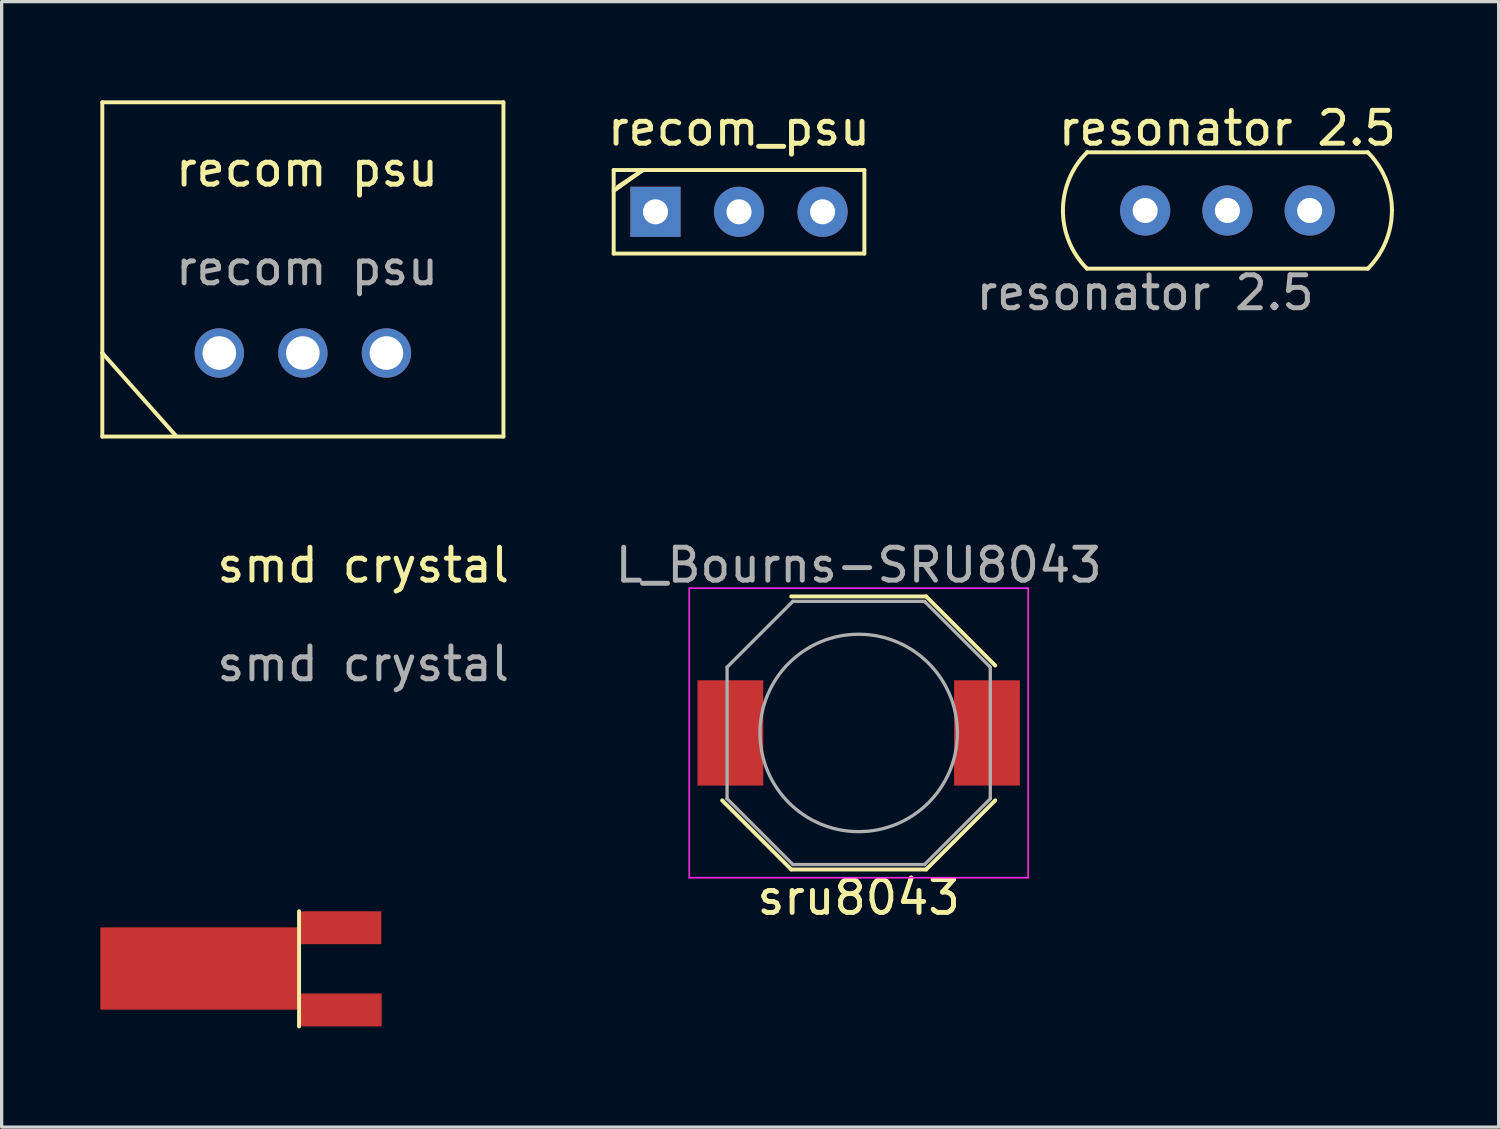
<source format=kicad_pcb>
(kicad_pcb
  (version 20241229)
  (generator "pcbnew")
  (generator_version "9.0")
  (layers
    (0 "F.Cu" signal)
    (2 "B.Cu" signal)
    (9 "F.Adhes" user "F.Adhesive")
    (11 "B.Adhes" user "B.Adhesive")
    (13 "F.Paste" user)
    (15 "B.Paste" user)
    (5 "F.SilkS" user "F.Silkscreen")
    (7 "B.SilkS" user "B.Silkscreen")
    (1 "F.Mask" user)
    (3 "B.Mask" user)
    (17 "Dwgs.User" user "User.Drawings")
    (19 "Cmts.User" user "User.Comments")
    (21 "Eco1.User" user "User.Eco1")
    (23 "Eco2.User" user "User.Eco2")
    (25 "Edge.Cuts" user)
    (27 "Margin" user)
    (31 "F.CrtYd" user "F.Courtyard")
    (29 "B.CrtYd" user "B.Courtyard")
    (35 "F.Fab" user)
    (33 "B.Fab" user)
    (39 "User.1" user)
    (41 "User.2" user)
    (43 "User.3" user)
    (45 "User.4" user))
  (footprint "sru8043"
    (layer "F.Cu")
    (at 23.05 19.228)
    (property "Reference" "sru8043" (at 0 5 0) (layer "F.SilkS") (effects (font (size 1 1) (thickness 0.15))))
    (fp_line (start -2.05 -4.15) (end 2.05 -4.15) (stroke (width 0.12) (type solid)) (layer "F.SilkS"))
    (fp_line (start -2.05 4.15) (end -4.15 2.05) (stroke (width 0.12) (type solid)) (layer "F.SilkS"))
    (fp_line (start 2.05 -4.15) (end 4.15 -2.05) (stroke (width 0.12) (type solid)) (layer "F.SilkS"))
    (fp_line (start 2.05 4.15) (end -2.05 4.15) (stroke (width 0.12) (type solid)) (layer "F.SilkS"))
    (fp_line (start 2.05 4.15) (end 4.15 2.05) (stroke (width 0.12) (type solid)) (layer "F.SilkS"))
    (fp_line (start -5.15 -4.4) (end 5.15 -4.4) (stroke (width 0.05) (type solid)) (layer "F.CrtYd"))
    (fp_line (start -5.15 4.4) (end -5.15 -4.4) (stroke (width 0.05) (type solid)) (layer "F.CrtYd"))
    (fp_line (start 5.15 -4.4) (end 5.15 4.4) (stroke (width 0.05) (type solid)) (layer "F.CrtYd"))
    (fp_line (start 5.15 4.4) (end -5.15 4.4) (stroke (width 0.05) (type solid)) (layer "F.CrtYd"))
    (fp_line (start -4 -2) (end -2 -4) (stroke (width 0.1) (type solid)) (layer "F.Fab"))
    (fp_line (start -4 2) (end -4 -2) (stroke (width 0.1) (type solid)) (layer "F.Fab"))
    (fp_line (start -2 -4) (end 2 -4) (stroke (width 0.1) (type solid)) (layer "F.Fab"))
    (fp_line (start -2 4) (end -4 2) (stroke (width 0.1) (type solid)) (layer "F.Fab"))
    (fp_line (start 2 -4) (end 4 -2) (stroke (width 0.1) (type solid)) (layer "F.Fab"))
    (fp_line (start 2 4) (end -2 4) (stroke (width 0.1) (type solid)) (layer "F.Fab"))
    (fp_line (start 4 -2) (end 4 2) (stroke (width 0.1) (type solid)) (layer "F.Fab"))
    (fp_line (start 4 2) (end 2 4) (stroke (width 0.1) (type solid)) (layer "F.Fab"))
    (fp_circle (center 0 0) (end 0 -3) (stroke (width 0.1) (type solid)) (fill no) (layer "F.Fab"))
    (fp_text user "L_Bourns-SRU8043" (at 0 -5.1 0) (layer "F.Fab") (effects (font (size 1 1) (thickness 0.15))))
    (pad "1" smd rect (at -3.9 0) (size 2 3.2) (layers "F.Cu" "F.Mask" "F.Paste"))
    (pad "2" smd rect (at 3.9 0) (size 2 3.2) (layers "F.Cu" "F.Mask" "F.Paste")))
  (footprint "recom_psu"
    (layer "F.Cu")
    (at 19.413 3.388)
    (property "Reference" "recom_psu" (at 0 -2.54 0) (layer "F.SilkS") (effects (font (size 1 1) (thickness 0.15))))
    (attr through_hole)
    (fp_line (start -3.81 -1.27) (end 3.81 -1.27) (stroke (width 0.12) (type solid)) (layer "F.SilkS"))
    (fp_line (start -3.81 1.27) (end -3.81 -1.27) (stroke (width 0.12) (type solid)) (layer "F.SilkS"))
    (fp_line (start -3.683 -0.762) (end -2.921 -1.27) (stroke (width 0.12) (type solid)) (layer "F.SilkS"))
    (fp_line (start -2.921 -1.27) (end -3.81 -0.635) (stroke (width 0.12) (type solid)) (layer "F.SilkS"))
    (fp_line (start 3.81 -1.27) (end 3.81 1.27) (stroke (width 0.12) (type solid)) (layer "F.SilkS"))
    (fp_line (start 3.81 1.27) (end -3.81 1.27) (stroke (width 0.12) (type solid)) (layer "F.SilkS"))
    (pad "1" thru_hole rect (at -2.54 0) (size 1.524 1.524) (drill 0.762) (layers "*.Cu" "*.Mask"))
    (pad "2" thru_hole circle (at 0 0) (size 1.524 1.524) (drill 0.762) (layers "*.Cu" "*.Mask"))
    (pad "3" thru_hole circle (at 2.54 0) (size 1.524 1.524) (drill 0.762) (layers "*.Cu" "*.Mask")))
  (footprint "recom psu"
    (layer "F.Cu")
    (at 6.156 7.68)
    (property "Reference" "recom psu" (at 0.127 -5.588 0) (unlocked yes) (layer "F.SilkS") (effects (font (size 1 1) (thickness 0.15))))
    (fp_line (start -6.096 -7.62) (end 6.096 -7.62) (stroke (width 0.12) (type solid)) (layer "F.SilkS"))
    (fp_line (start -6.096 0) (end -6.096 -7.62) (stroke (width 0.12) (type solid)) (layer "F.SilkS"))
    (fp_line (start -6.096 0) (end -3.85 2.525) (stroke (width 0.12) (type solid)) (layer "F.SilkS"))
    (fp_line (start -6.096 2.54) (end -6.096 0) (stroke (width 0.12) (type solid)) (layer "F.SilkS"))
    (fp_line (start 6.096 -7.62) (end 6.096 2.54) (stroke (width 0.12) (type solid)) (layer "F.SilkS"))
    (fp_line (start 6.096 2.54) (end -6.096 2.54) (stroke (width 0.12) (type solid)) (layer "F.SilkS"))
    (fp_text user "${REFERENCE}" (at 0.127 -2.588 0) (unlocked yes) (layer "F.Fab") (effects (font (size 1 1) (thickness 0.15))))
    (pad "1" thru_hole circle (at -2.54 0) (size 1.5 1.5) (drill 1.02) (layers "*.Cu" "*.Mask"))
    (pad "2" thru_hole circle (at 0 0) (size 1.5 1.5) (drill 1.02) (layers "*.Cu" "*.Mask"))
    (pad "3" thru_hole circle (at 2.54 0) (size 1.5 1.5) (drill 1.02) (layers "*.Cu" "*.Mask")))
  (footprint "resonator 2.5"
    (layer "F.Cu")
    (at 31.758 3.348)
    (property "Reference" "resonator 2.5" (at 2.5 -2.5 0) (unlocked yes) (layer "F.SilkS") (effects (font (size 1 1) (thickness 0.15))))
    (fp_line (start -1.768 -1.768) (end 6.768 -1.768) (stroke (width 0.12) (type solid)) (layer "F.SilkS"))
    (fp_line (start -1.768 1.768) (end 6.768 1.768) (stroke (width 0.12) (type solid)) (layer "F.SilkS"))
    (fp_arc (start -2.5 0) (mid -2.309699 -0.956709) (end -1.767767 -1.767767) (stroke (width 0.12) (type solid)) (layer "F.SilkS"))
    (fp_arc (start -1.767767 1.767767) (mid -2.309699 0.956709) (end -2.5 0) (stroke (width 0.12) (type solid)) (layer "F.SilkS"))
    (fp_arc (start 6.767767 -1.767767) (mid 7.309699 -0.956709) (end 7.5 0) (stroke (width 0.12) (type solid)) (layer "F.SilkS"))
    (fp_arc (start 7.5 0) (mid 7.309699 0.956709) (end 6.767767 1.767767) (stroke (width 0.12) (type solid)) (layer "F.SilkS"))
    (fp_text user "${REFERENCE}" (at 0 2.5 0) (unlocked yes) (layer "F.Fab") (effects (font (size 1 1) (thickness 0.15))))
    (pad "1" thru_hole circle (at 0 0) (size 1.524 1.524) (drill 0.762) (layers "*.Cu" "*.Mask"))
    (pad "2" thru_hole circle (at 2.5 0) (size 1.524 1.524) (drill 0.762) (layers "*.Cu" "*.Mask"))
    (pad "3" thru_hole circle (at 5 0) (size 1.524 1.524) (drill 0.762) (layers "*.Cu" "*.Mask")))
  (footprint "smd crystal"
    (layer "F.Cu")
    (at 7.29 27.598)
    (property "Reference" "smd crystal" (at 0.7 -13.47 0) (unlocked yes) (layer "F.SilkS") (effects (font (size 1 1) (thickness 0.15))))
    (fp_line (start -1.25 -2.95) (end -1.25 0.55) (stroke (width 0.12) (type solid)) (layer "F.SilkS"))
    (fp_text user "${REFERENCE}" (at 0.7 -10.47 0) (unlocked yes) (layer "F.Fab") (effects (font (size 1 1) (thickness 0.15))))
    (pad "" connect rect (at -4.29 -1.21) (size 6 2.5) (layers "F.Cu" "F.Mask"))
    (pad "1" smd rect (at 0.01 0.05) (size 2.5 1) (layers "F.Cu" "F.Mask" "F.Paste"))
    (pad "2" smd rect (at 0 -2.45) (size 2.5 1) (layers "F.Cu" "F.Mask" "F.Paste")))
  (gr_rect
    (start -3 -3)
    (end 42.502 31.208)
    (stroke (width 0.1) (type default))
    (fill no)
    (layer "Edge.Cuts")))
</source>
